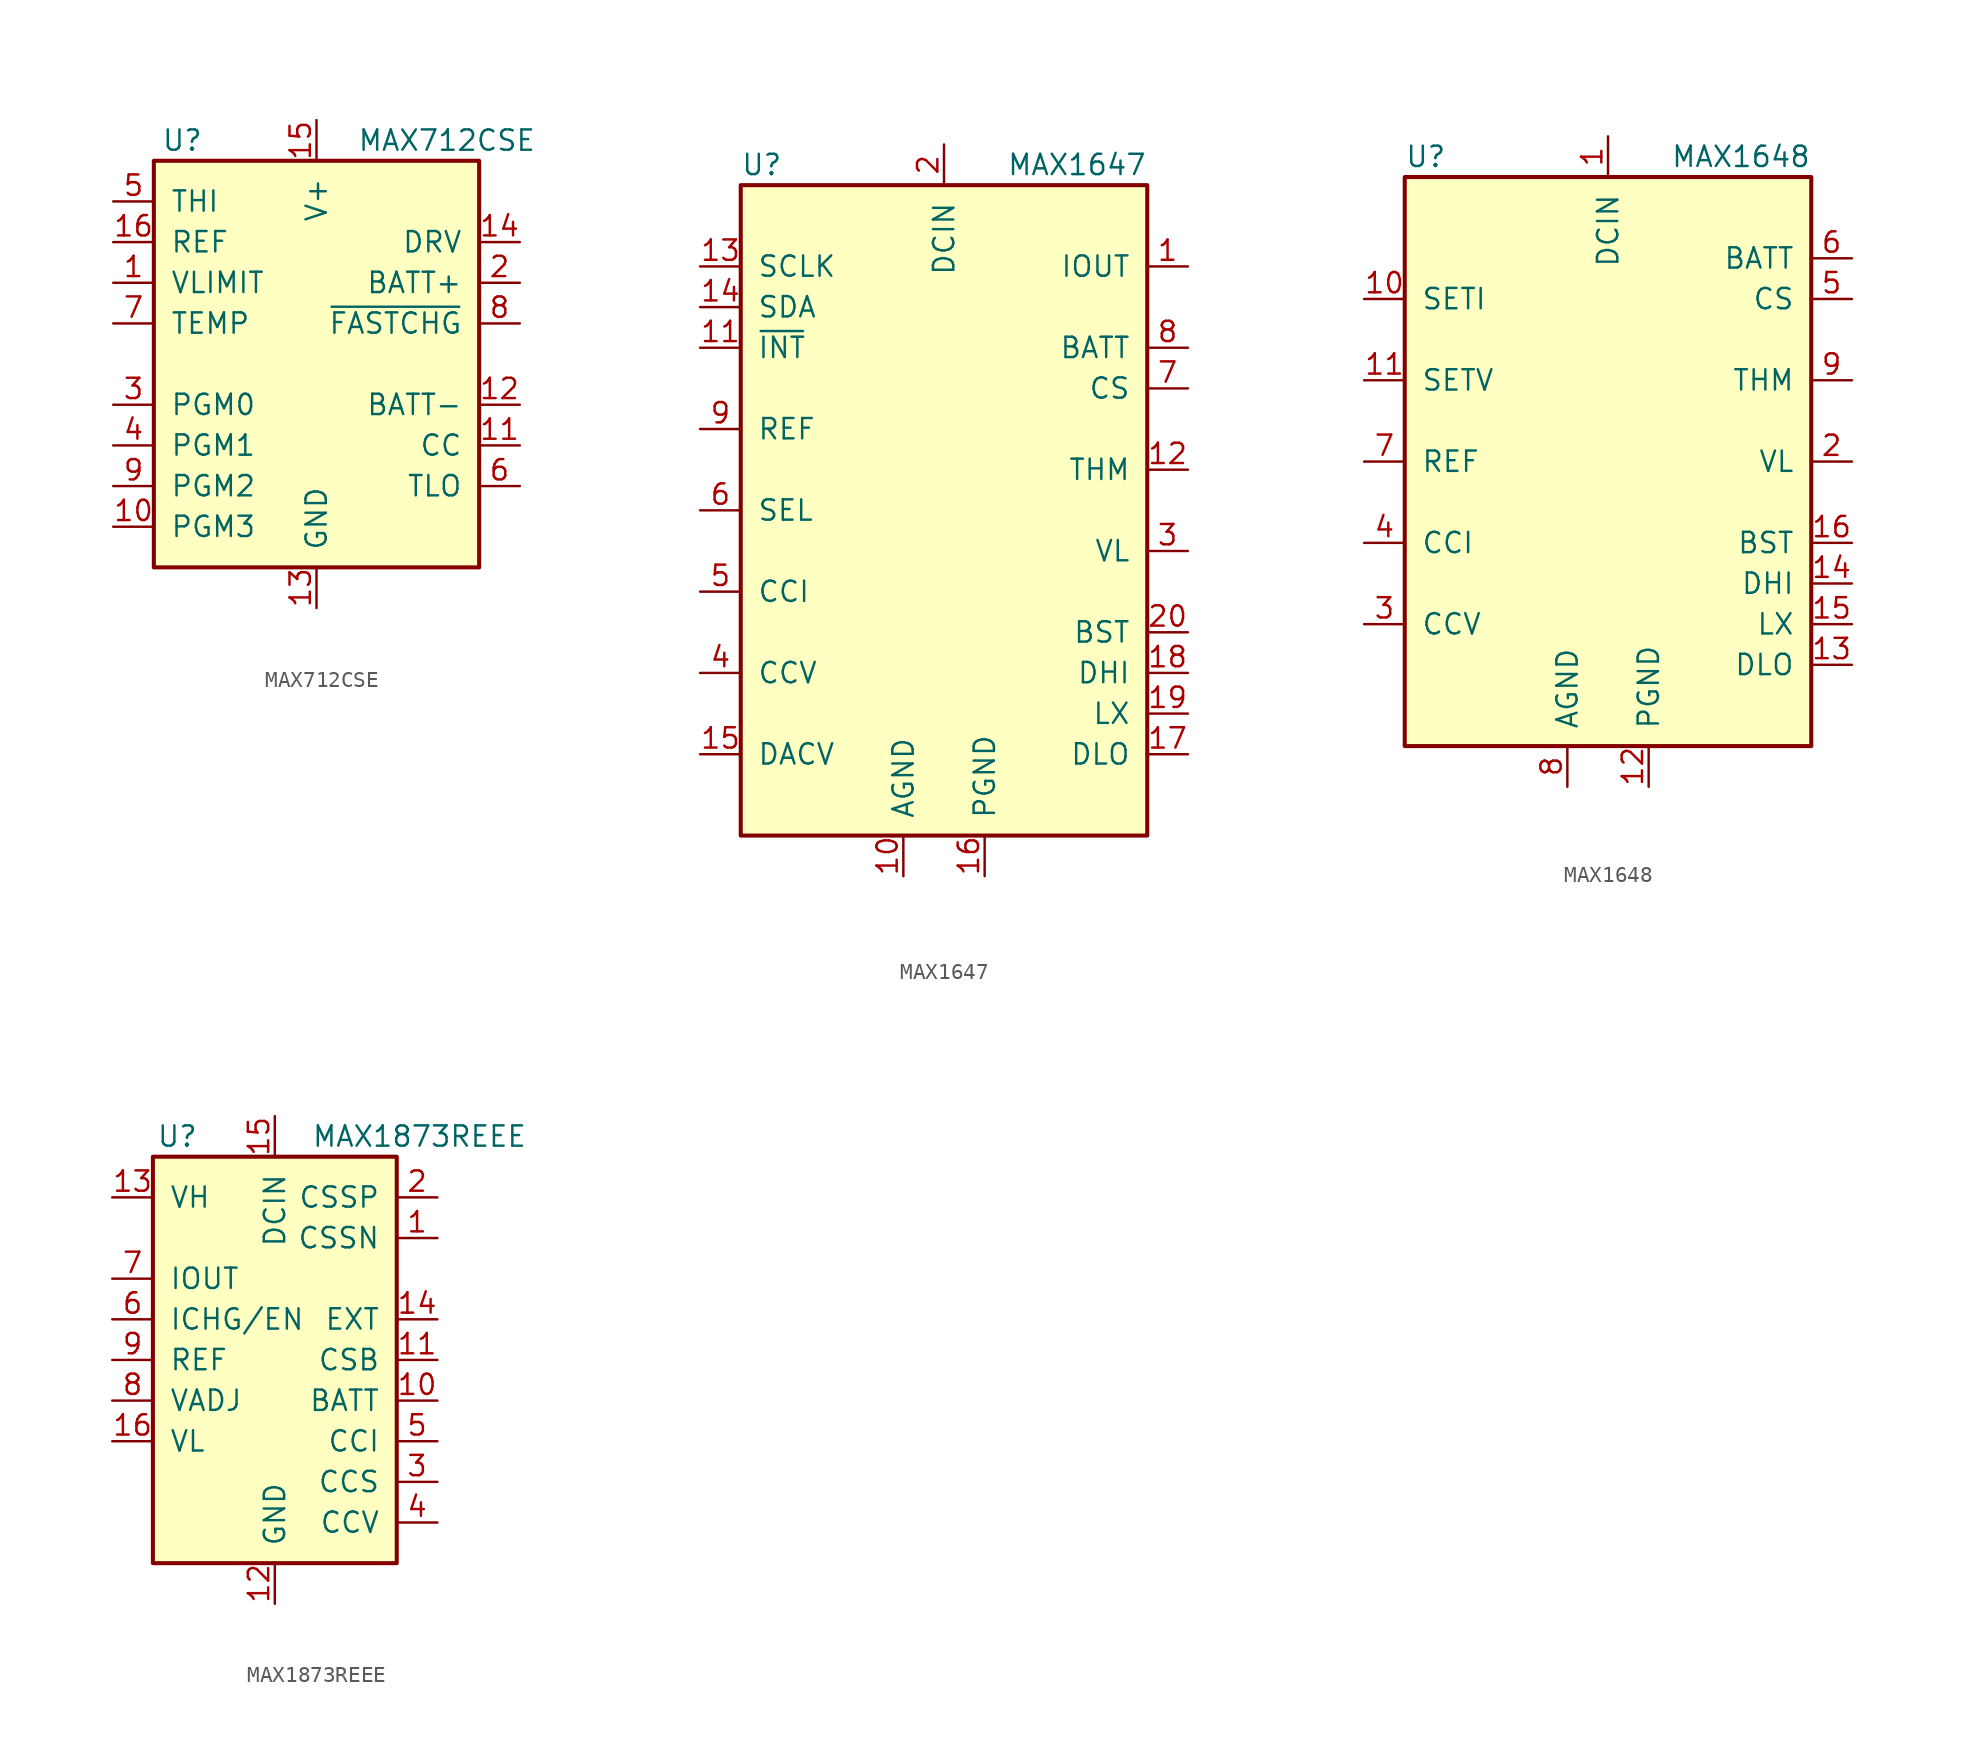
<source format=kicad_sym>
(kicad_symbol_lib
  (version 20201005)
  (generator kicad_symbol_editor)
  (symbol "MAX712CSE"
    (pin_names
      (offset 1.016))
    (property "Reference" "U"
      (at -8.382 13.97 0)
      (effects (font (size 1.27 1.27))))
    (property "Value" "MAX712CSE"
      (at 2.54 13.97 0)
      (effects (font (size 1.27 1.27)) (justify left)))
    (symbol "MAX712CSE_0_1"
      (rectangle (start -10.16 12.7) (end 10.16 -12.7) (stroke (width 0.254)) (fill (type background))))
    (symbol "MAX712CSE_1_1"
      (pin input line (at -12.7 5.08 0) (length 2.54) (name "VLIMIT" (effects (font (size 1.27 1.27)))) (number "1" (effects (font (size 1.27 1.27)))))
      (pin input line (at -12.7 -10.16 0) (length 2.54) (name "PGM3" (effects (font (size 1.27 1.27)))) (number "10" (effects (font (size 1.27 1.27)))))
      (pin input line (at 12.7 -5.08 180) (length 2.54) (name "CC" (effects (font (size 1.27 1.27)))) (number "11" (effects (font (size 1.27 1.27)))))
      (pin input line (at 12.7 -2.54 180) (length 2.54) (name "BATT-" (effects (font (size 1.27 1.27)))) (number "12" (effects (font (size 1.27 1.27)))))
      (pin power_in line (at 0 -15.24 90) (length 2.54) (name "GND" (effects (font (size 1.27 1.27)))) (number "13" (effects (font (size 1.27 1.27)))))
      (pin output line (at 12.7 7.62 180) (length 2.54) (name "DRV" (effects (font (size 1.27 1.27)))) (number "14" (effects (font (size 1.27 1.27)))))
      (pin power_in line (at 0 15.24 270) (length 2.54) (name "V+" (effects (font (size 1.27 1.27)))) (number "15" (effects (font (size 1.27 1.27)))))
      (pin power_in line (at -12.7 7.62 0) (length 2.54) (name "REF" (effects (font (size 1.27 1.27)))) (number "16" (effects (font (size 1.27 1.27)))))
      (pin power_out line (at 12.7 5.08 180) (length 2.54) (name "BATT+" (effects (font (size 1.27 1.27)))) (number "2" (effects (font (size 1.27 1.27)))))
      (pin power_out line (at -12.7 -2.54 0) (length 2.54) (name "PGM0" (effects (font (size 1.27 1.27)))) (number "3" (effects (font (size 1.27 1.27)))))
      (pin power_out line (at -12.7 -5.08 0) (length 2.54) (name "PGM1" (effects (font (size 1.27 1.27)))) (number "4" (effects (font (size 1.27 1.27)))))
      (pin input line (at -12.7 10.16 0) (length 2.54) (name "THI" (effects (font (size 1.27 1.27)))) (number "5" (effects (font (size 1.27 1.27)))))
      (pin input line (at 12.7 -7.62 180) (length 2.54) (name "TLO" (effects (font (size 1.27 1.27)))) (number "6" (effects (font (size 1.27 1.27)))))
      (pin input line (at -12.7 2.54 0) (length 2.54) (name "TEMP" (effects (font (size 1.27 1.27)))) (number "7" (effects (font (size 1.27 1.27)))))
      (pin open_collector line (at 12.7 2.54 180) (length 2.54) (name "~FASTCHG" (effects (font (size 1.27 1.27)))) (number "8" (effects (font (size 1.27 1.27)))))
      (pin input line (at -12.7 -7.62 0) (length 2.54) (name "PGM2" (effects (font (size 1.27 1.27)))) (number "9" (effects (font (size 1.27 1.27)))))))
  (symbol "MAX1647"
    (pin_names
      (offset 1.016))
    (property "Reference" "U"
      (at -12.7 21.59 0)
      (effects (font (size 1.27 1.27)) (justify left)))
    (property "Value" "MAX1647"
      (at 12.7 21.59 0)
      (effects (font (size 1.27 1.27)) (justify right)))
    (symbol "MAX1647_0_1"
      (rectangle (start -12.7 20.32) (end 12.7 -20.32) (stroke (width 0.254)) (fill (type background))))
    (symbol "MAX1647_1_1"
      (pin output line (at 15.24 15.24 180) (length 2.54) (name "IOUT" (effects (font (size 1.27 1.27)))) (number "1" (effects (font (size 1.27 1.27)))))
      (pin power_in line (at -2.54 -22.86 90) (length 2.54) (name "AGND" (effects (font (size 1.27 1.27)))) (number "10" (effects (font (size 1.27 1.27)))))
      (pin open_collector line (at -15.24 10.16 0) (length 2.54) (name "~INT" (effects (font (size 1.27 1.27)))) (number "11" (effects (font (size 1.27 1.27)))))
      (pin input line (at 15.24 2.54 180) (length 2.54) (name "THM" (effects (font (size 1.27 1.27)))) (number "12" (effects (font (size 1.27 1.27)))))
      (pin input line (at -15.24 15.24 0) (length 2.54) (name "SCLK" (effects (font (size 1.27 1.27)))) (number "13" (effects (font (size 1.27 1.27)))))
      (pin bidirectional line (at -15.24 12.7 0) (length 2.54) (name "SDA" (effects (font (size 1.27 1.27)))) (number "14" (effects (font (size 1.27 1.27)))))
      (pin output line (at -15.24 -15.24 0) (length 2.54) (name "DACV" (effects (font (size 1.27 1.27)))) (number "15" (effects (font (size 1.27 1.27)))))
      (pin power_in line (at 2.54 -22.86 90) (length 2.54) (name "PGND" (effects (font (size 1.27 1.27)))) (number "16" (effects (font (size 1.27 1.27)))))
      (pin output line (at 15.24 -15.24 180) (length 2.54) (name "DLO" (effects (font (size 1.27 1.27)))) (number "17" (effects (font (size 1.27 1.27)))))
      (pin output line (at 15.24 -10.16 180) (length 2.54) (name "DHI" (effects (font (size 1.27 1.27)))) (number "18" (effects (font (size 1.27 1.27)))))
      (pin input line (at 15.24 -12.7 180) (length 2.54) (name "LX" (effects (font (size 1.27 1.27)))) (number "19" (effects (font (size 1.27 1.27)))))
      (pin power_in line (at 0 22.86 270) (length 2.54) (name "DCIN" (effects (font (size 1.27 1.27)))) (number "2" (effects (font (size 1.27 1.27)))))
      (pin power_in line (at 15.24 -7.62 180) (length 2.54) (name "BST" (effects (font (size 1.27 1.27)))) (number "20" (effects (font (size 1.27 1.27)))))
      (pin power_out line (at 15.24 -2.54 180) (length 2.54) (name "VL" (effects (font (size 1.27 1.27)))) (number "3" (effects (font (size 1.27 1.27)))))
      (pin passive line (at -15.24 -10.16 0) (length 2.54) (name "CCV" (effects (font (size 1.27 1.27)))) (number "4" (effects (font (size 1.27 1.27)))))
      (pin passive line (at -15.24 -5.08 0) (length 2.54) (name "CCI" (effects (font (size 1.27 1.27)))) (number "5" (effects (font (size 1.27 1.27)))))
      (pin input line (at -15.24 0 0) (length 2.54) (name "SEL" (effects (font (size 1.27 1.27)))) (number "6" (effects (font (size 1.27 1.27)))))
      (pin input line (at 15.24 7.62 180) (length 2.54) (name "CS" (effects (font (size 1.27 1.27)))) (number "7" (effects (font (size 1.27 1.27)))))
      (pin input line (at 15.24 10.16 180) (length 2.54) (name "BATT" (effects (font (size 1.27 1.27)))) (number "8" (effects (font (size 1.27 1.27)))))
      (pin bidirectional line (at -15.24 5.08 0) (length 2.54) (name "REF" (effects (font (size 1.27 1.27)))) (number "9" (effects (font (size 1.27 1.27)))))))
  (symbol "MAX1648"
    (pin_names
      (offset 1.016))
    (property "Reference" "U"
      (at -12.7 19.05 0)
      (effects (font (size 1.27 1.27)) (justify left)))
    (property "Value" "MAX1648"
      (at 12.7 19.05 0)
      (effects (font (size 1.27 1.27)) (justify right)))
    (symbol "MAX1648_0_1"
      (rectangle (start -12.7 17.78) (end 12.7 -17.78) (stroke (width 0.254)) (fill (type background))))
    (symbol "MAX1648_1_1"
      (pin power_in line (at 0 20.32 270) (length 2.54) (name "DCIN" (effects (font (size 1.27 1.27)))) (number "1" (effects (font (size 1.27 1.27)))))
      (pin input line (at -15.24 10.16 0) (length 2.54) (name "SETI" (effects (font (size 1.27 1.27)))) (number "10" (effects (font (size 1.27 1.27)))))
      (pin input line (at -15.24 5.08 0) (length 2.54) (name "SETV" (effects (font (size 1.27 1.27)))) (number "11" (effects (font (size 1.27 1.27)))))
      (pin power_in line (at 2.54 -20.32 90) (length 2.54) (name "PGND" (effects (font (size 1.27 1.27)))) (number "12" (effects (font (size 1.27 1.27)))))
      (pin output line (at 15.24 -12.7 180) (length 2.54) (name "DLO" (effects (font (size 1.27 1.27)))) (number "13" (effects (font (size 1.27 1.27)))))
      (pin output line (at 15.24 -7.62 180) (length 2.54) (name "DHI" (effects (font (size 1.27 1.27)))) (number "14" (effects (font (size 1.27 1.27)))))
      (pin input line (at 15.24 -10.16 180) (length 2.54) (name "LX" (effects (font (size 1.27 1.27)))) (number "15" (effects (font (size 1.27 1.27)))))
      (pin power_in line (at 15.24 -5.08 180) (length 2.54) (name "BST" (effects (font (size 1.27 1.27)))) (number "16" (effects (font (size 1.27 1.27)))))
      (pin power_out line (at 15.24 0 180) (length 2.54) (name "VL" (effects (font (size 1.27 1.27)))) (number "2" (effects (font (size 1.27 1.27)))))
      (pin passive line (at -15.24 -10.16 0) (length 2.54) (name "CCV" (effects (font (size 1.27 1.27)))) (number "3" (effects (font (size 1.27 1.27)))))
      (pin passive line (at -15.24 -5.08 0) (length 2.54) (name "CCI" (effects (font (size 1.27 1.27)))) (number "4" (effects (font (size 1.27 1.27)))))
      (pin input line (at 15.24 10.16 180) (length 2.54) (name "CS" (effects (font (size 1.27 1.27)))) (number "5" (effects (font (size 1.27 1.27)))))
      (pin input line (at 15.24 12.7 180) (length 2.54) (name "BATT" (effects (font (size 1.27 1.27)))) (number "6" (effects (font (size 1.27 1.27)))))
      (pin bidirectional line (at -15.24 0 0) (length 2.54) (name "REF" (effects (font (size 1.27 1.27)))) (number "7" (effects (font (size 1.27 1.27)))))
      (pin power_in line (at -2.54 -20.32 90) (length 2.54) (name "AGND" (effects (font (size 1.27 1.27)))) (number "8" (effects (font (size 1.27 1.27)))))
      (pin input line (at 15.24 5.08 180) (length 2.54) (name "THM" (effects (font (size 1.27 1.27)))) (number "9" (effects (font (size 1.27 1.27)))))))
  (symbol "MAX1873REEE"
    (pin_names
      (offset 1.016))
    (property "Reference" "U"
      (at -6.096 13.97 0)
      (effects (font (size 1.27 1.27))))
    (property "Value" "MAX1873REEE"
      (at 2.286 13.97 0)
      (effects (font (size 1.27 1.27)) (justify left)))
    (symbol "MAX1873REEE_0_1"
      (rectangle (start -7.62 12.7) (end 7.62 -12.7) (stroke (width 0.254)) (fill (type background))))
    (symbol "MAX1873REEE_1_1"
      (pin input line (at 10.16 7.62 180) (length 2.54) (name "CSSN" (effects (font (size 1.27 1.27)))) (number "1" (effects (font (size 1.27 1.27)))))
      (pin input line (at 10.16 -2.54 180) (length 2.54) (name "BATT" (effects (font (size 1.27 1.27)))) (number "10" (effects (font (size 1.27 1.27)))))
      (pin input line (at 10.16 0 180) (length 2.54) (name "CSB" (effects (font (size 1.27 1.27)))) (number "11" (effects (font (size 1.27 1.27)))))
      (pin power_in line (at 0 -15.24 90) (length 2.54) (name "GND" (effects (font (size 1.27 1.27)))) (number "12" (effects (font (size 1.27 1.27)))))
      (pin input line (at -10.16 10.16 0) (length 2.54) (name "VH" (effects (font (size 1.27 1.27)))) (number "13" (effects (font (size 1.27 1.27)))))
      (pin output line (at 10.16 2.54 180) (length 2.54) (name "EXT" (effects (font (size 1.27 1.27)))) (number "14" (effects (font (size 1.27 1.27)))))
      (pin power_in line (at 0 15.24 270) (length 2.54) (name "DCIN" (effects (font (size 1.27 1.27)))) (number "15" (effects (font (size 1.27 1.27)))))
      (pin input line (at -10.16 -5.08 0) (length 2.54) (name "VL" (effects (font (size 1.27 1.27)))) (number "16" (effects (font (size 1.27 1.27)))))
      (pin input line (at 10.16 10.16 180) (length 2.54) (name "CSSP" (effects (font (size 1.27 1.27)))) (number "2" (effects (font (size 1.27 1.27)))))
      (pin input line (at 10.16 -7.62 180) (length 2.54) (name "CCS" (effects (font (size 1.27 1.27)))) (number "3" (effects (font (size 1.27 1.27)))))
      (pin input line (at 10.16 -10.16 180) (length 2.54) (name "CCV" (effects (font (size 1.27 1.27)))) (number "4" (effects (font (size 1.27 1.27)))))
      (pin input line (at 10.16 -5.08 180) (length 2.54) (name "CCI" (effects (font (size 1.27 1.27)))) (number "5" (effects (font (size 1.27 1.27)))))
      (pin input line (at -10.16 2.54 0) (length 2.54) (name "ICHG/EN" (effects (font (size 1.27 1.27)))) (number "6" (effects (font (size 1.27 1.27)))))
      (pin output line (at -10.16 5.08 0) (length 2.54) (name "IOUT" (effects (font (size 1.27 1.27)))) (number "7" (effects (font (size 1.27 1.27)))))
      (pin input line (at -10.16 -2.54 0) (length 2.54) (name "VADJ" (effects (font (size 1.27 1.27)))) (number "8" (effects (font (size 1.27 1.27)))))
      (pin output line (at -10.16 0 0) (length 2.54) (name "REF" (effects (font (size 1.27 1.27)))) (number "9" (effects (font (size 1.27 1.27))))))))
</source>
